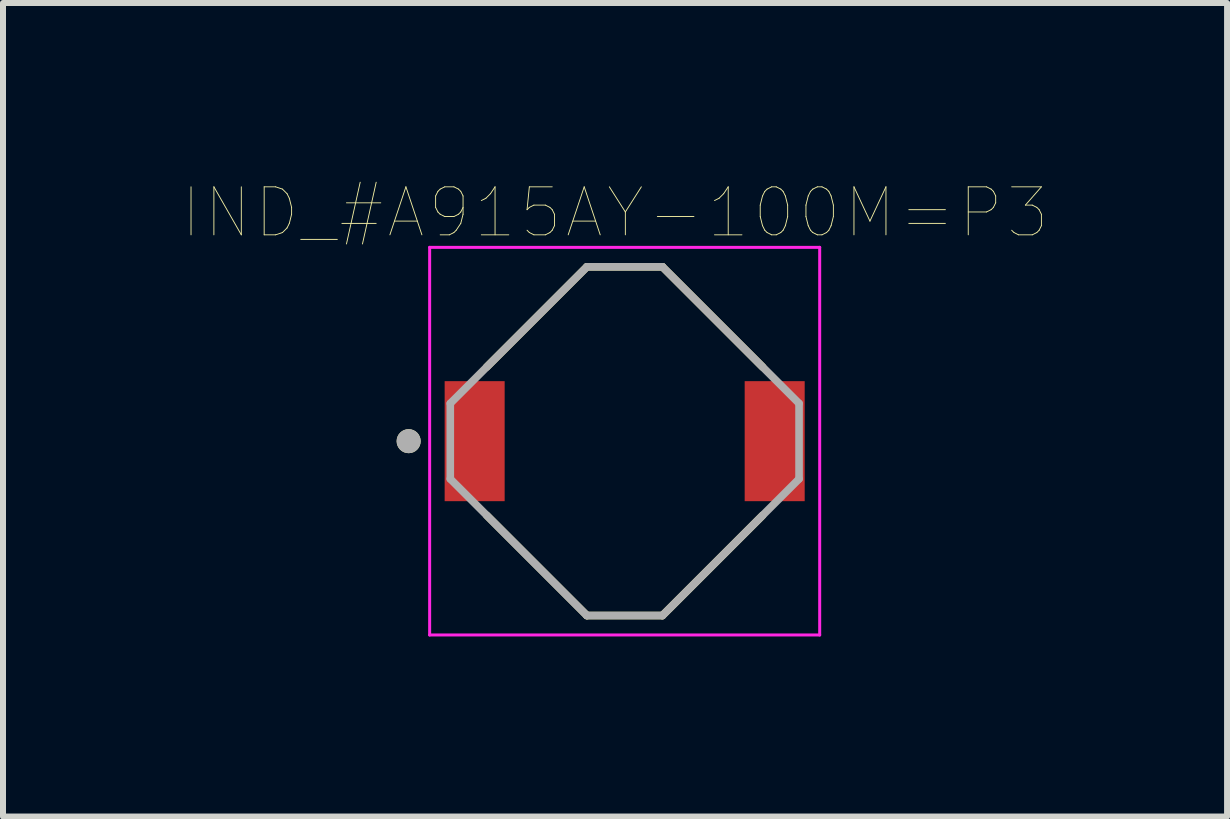
<source format=kicad_pcb>
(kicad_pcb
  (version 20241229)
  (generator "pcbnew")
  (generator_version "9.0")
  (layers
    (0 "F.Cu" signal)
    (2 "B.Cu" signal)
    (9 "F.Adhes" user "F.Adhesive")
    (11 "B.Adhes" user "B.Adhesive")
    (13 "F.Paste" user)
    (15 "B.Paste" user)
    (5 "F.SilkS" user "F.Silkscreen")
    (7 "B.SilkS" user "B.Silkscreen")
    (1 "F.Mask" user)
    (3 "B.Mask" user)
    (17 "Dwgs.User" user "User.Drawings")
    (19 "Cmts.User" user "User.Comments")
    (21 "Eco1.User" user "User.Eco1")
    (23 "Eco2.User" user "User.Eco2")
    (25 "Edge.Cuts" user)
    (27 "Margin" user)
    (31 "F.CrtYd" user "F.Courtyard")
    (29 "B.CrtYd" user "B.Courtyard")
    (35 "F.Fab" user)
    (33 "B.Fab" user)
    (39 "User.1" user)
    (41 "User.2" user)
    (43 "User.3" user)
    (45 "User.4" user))
  (footprint "IND_#A915AY-100M=P3"
    (layer "F.Cu")
    (at 7.36 4.302)
    (property "Reference" "IND_#A915AY-100M=P3" (at -0.16 -3.808 0) (layer "F.SilkS") (effects (font (size 0.8 0.8) (thickness 0.015))))
    (attr through_hole)
    (fp_line (start -2.299 -1.236) (end -0.629 -2.906) (stroke (width 0.127) (type solid)) (layer "F.SilkS"))
    (fp_line (start -2.299 1.236) (end -0.629 2.906) (stroke (width 0.127) (type solid)) (layer "F.SilkS"))
    (fp_line (start -0.629 -2.906) (end 0.629 -2.906) (stroke (width 0.127) (type solid)) (layer "F.SilkS"))
    (fp_line (start -0.629 2.906) (end 0.629 2.906) (stroke (width 0.127) (type solid)) (layer "F.SilkS"))
    (fp_line (start 0.629 -2.906) (end 2.299 -1.236) (stroke (width 0.127) (type solid)) (layer "F.SilkS"))
    (fp_line (start 0.629 2.906) (end 2.299 1.236) (stroke (width 0.127) (type solid)) (layer "F.SilkS"))
    (fp_circle (center -3.6 0) (end -3.5 0) (stroke (width 0.2) (type solid)) (fill no) (layer "F.SilkS"))
    (fp_line (start -3.25 -3.23) (end 3.25 -3.23) (stroke (width 0.05) (type solid)) (layer "F.CrtYd"))
    (fp_line (start -3.25 3.23) (end -3.25 -3.23) (stroke (width 0.05) (type solid)) (layer "F.CrtYd"))
    (fp_line (start 3.25 -3.23) (end 3.25 3.23) (stroke (width 0.05) (type solid)) (layer "F.CrtYd"))
    (fp_line (start 3.25 3.23) (end -3.25 3.23) (stroke (width 0.05) (type solid)) (layer "F.CrtYd"))
    (fp_line (start -2.906 -0.629) (end -2.906 0.629) (stroke (width 0.127) (type solid)) (layer "F.Fab"))
    (fp_line (start -2.906 -0.629) (end -0.629 -2.906) (stroke (width 0.127) (type solid)) (layer "F.Fab"))
    (fp_line (start -0.629 2.906) (end -2.906 0.629) (stroke (width 0.127) (type solid)) (layer "F.Fab"))
    (fp_line (start -0.629 2.906) (end 0.629 2.906) (stroke (width 0.127) (type solid)) (layer "F.Fab"))
    (fp_line (start 0.629 -2.906) (end -0.629 -2.906) (stroke (width 0.127) (type solid)) (layer "F.Fab"))
    (fp_line (start 0.629 -2.906) (end 2.906 -0.629) (stroke (width 0.127) (type solid)) (layer "F.Fab"))
    (fp_line (start 2.906 0.629) (end 0.629 2.906) (stroke (width 0.127) (type solid)) (layer "F.Fab"))
    (fp_line (start 2.906 0.629) (end 2.906 -0.629) (stroke (width 0.127) (type solid)) (layer "F.Fab"))
    (fp_circle (center -3.6 0) (end -3.5 0) (stroke (width 0.2) (type solid)) (fill no) (layer "F.Fab"))
    (pad "1" smd rect (at -2.5 0) (size 1 2) (layers "F.Cu" "F.Mask" "F.Paste"))
    (pad "2" smd rect (at 2.5 0) (size 1 2) (layers "F.Cu" "F.Mask" "F.Paste")))
  (gr_rect
    (start -3 -3)
    (end 17.399 10.557)
    (stroke (width 0.1) (type default))
    (fill no)
    (layer "Edge.Cuts")))
</source>
